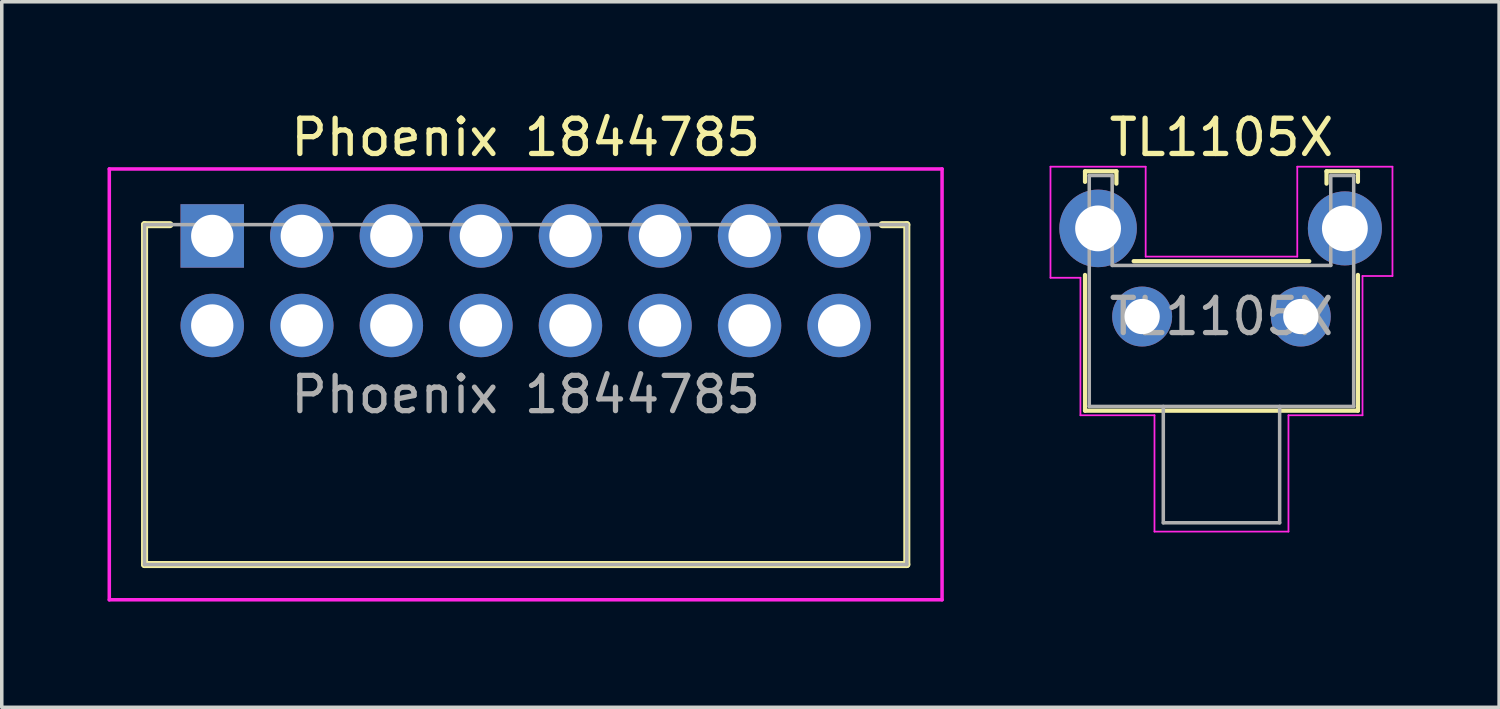
<source format=kicad_pcb>
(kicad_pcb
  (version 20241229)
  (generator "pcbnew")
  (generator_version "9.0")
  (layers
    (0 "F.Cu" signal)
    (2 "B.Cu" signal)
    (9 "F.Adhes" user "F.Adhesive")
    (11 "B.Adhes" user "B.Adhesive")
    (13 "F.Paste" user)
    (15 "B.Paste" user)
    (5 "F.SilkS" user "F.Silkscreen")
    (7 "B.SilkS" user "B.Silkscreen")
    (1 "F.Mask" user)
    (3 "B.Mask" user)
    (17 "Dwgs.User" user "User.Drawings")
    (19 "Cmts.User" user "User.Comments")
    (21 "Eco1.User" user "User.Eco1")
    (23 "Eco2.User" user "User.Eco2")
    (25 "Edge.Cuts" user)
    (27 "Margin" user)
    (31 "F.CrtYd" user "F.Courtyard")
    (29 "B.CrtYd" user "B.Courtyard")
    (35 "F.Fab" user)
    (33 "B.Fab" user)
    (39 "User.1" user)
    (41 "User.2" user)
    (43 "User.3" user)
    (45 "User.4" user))
  (footprint "TL1105X"
    (layer "F.Cu")
    (at 29.345 5.928)
    (property "Reference" "TL1105X" (at 2.25 -5.08 0) (unlocked yes) (layer "F.SilkS") (effects (font (size 1 1) (thickness 0.15))))
    (attr through_hole)
    (fp_line (start -1.62 -4.12) (end -0.73 -4.12) (stroke (width 0.12) (type solid)) (layer "F.SilkS"))
    (fp_line (start -1.62 -3.82) (end -1.62 -4.12) (stroke (width 0.12) (type solid)) (layer "F.SilkS"))
    (fp_line (start -1.62 -1.18) (end -1.62 2.67) (stroke (width 0.12) (type solid)) (layer "F.SilkS"))
    (fp_line (start -1.62 2.67) (end 6.12 2.67) (stroke (width 0.12) (type solid)) (layer "F.SilkS"))
    (fp_line (start -0.73 -4.12) (end -0.73 -3.77) (stroke (width 0.12) (type solid)) (layer "F.SilkS"))
    (fp_line (start 4.74 -1.57) (end -0.24 -1.57) (stroke (width 0.12) (type solid)) (layer "F.SilkS"))
    (fp_line (start 5.23 -4.12) (end 5.23 -3.77) (stroke (width 0.12) (type solid)) (layer "F.SilkS"))
    (fp_line (start 5.23 -4.12) (end 6.12 -4.12) (stroke (width 0.12) (type solid)) (layer "F.SilkS"))
    (fp_line (start 6.12 -3.82) (end 6.12 -4.12) (stroke (width 0.12) (type solid)) (layer "F.SilkS"))
    (fp_line (start 6.12 2.67) (end 6.12 -1.18) (stroke (width 0.12) (type solid)) (layer "F.SilkS"))
    (fp_line (start -2.6 -4.25) (end -2.6 -1.1) (stroke (width 0.05) (type solid)) (layer "F.CrtYd"))
    (fp_line (start -2.6 -1.1) (end -1.75 -1.1) (stroke (width 0.05) (type solid)) (layer "F.CrtYd"))
    (fp_line (start -1.75 -1.1) (end -1.75 2.8) (stroke (width 0.05) (type solid)) (layer "F.CrtYd"))
    (fp_line (start -1.75 2.8) (end 0.35 2.8) (stroke (width 0.05) (type solid)) (layer "F.CrtYd"))
    (fp_line (start 0.1 -4.25) (end -2.6 -4.25) (stroke (width 0.05) (type solid)) (layer "F.CrtYd"))
    (fp_line (start 0.1 -1.7) (end 0.1 -4.25) (stroke (width 0.05) (type solid)) (layer "F.CrtYd"))
    (fp_line (start 0.35 2.8) (end 0.35 6.1) (stroke (width 0.05) (type solid)) (layer "F.CrtYd"))
    (fp_line (start 0.35 6.1) (end 4.15 6.1) (stroke (width 0.05) (type solid)) (layer "F.CrtYd"))
    (fp_line (start 4.15 2.8) (end 6.25 2.8) (stroke (width 0.05) (type solid)) (layer "F.CrtYd"))
    (fp_line (start 4.15 6.1) (end 4.15 2.8) (stroke (width 0.05) (type solid)) (layer "F.CrtYd"))
    (fp_line (start 4.4 -4.25) (end 4.4 -1.7) (stroke (width 0.05) (type solid)) (layer "F.CrtYd"))
    (fp_line (start 4.4 -4.25) (end 7.1 -4.25) (stroke (width 0.05) (type solid)) (layer "F.CrtYd"))
    (fp_line (start 4.4 -1.7) (end 0.1 -1.7) (stroke (width 0.05) (type solid)) (layer "F.CrtYd"))
    (fp_line (start 6.25 -1.15) (end 6.25 2.8) (stroke (width 0.05) (type solid)) (layer "F.CrtYd"))
    (fp_line (start 7.1 -4.25) (end 7.1 -1.15) (stroke (width 0.05) (type solid)) (layer "F.CrtYd"))
    (fp_line (start 7.1 -1.15) (end 6.25 -1.15) (stroke (width 0.05) (type solid)) (layer "F.CrtYd"))
    (fp_line (start -1.5 -4) (end -0.85 -4) (stroke (width 0.1) (type solid)) (layer "F.Fab"))
    (fp_line (start -1.5 2.55) (end -1.5 -4) (stroke (width 0.1) (type solid)) (layer "F.Fab"))
    (fp_line (start -1.5 2.55) (end 6 2.55) (stroke (width 0.1) (type solid)) (layer "F.Fab"))
    (fp_line (start -0.85 -1.45) (end -0.85 -4) (stroke (width 0.1) (type solid)) (layer "F.Fab"))
    (fp_line (start -0.85 -1.45) (end 5.35 -1.45) (stroke (width 0.1) (type solid)) (layer "F.Fab"))
    (fp_line (start 0.6 2.55) (end 0.6 5.85) (stroke (width 0.1) (type solid)) (layer "F.Fab"))
    (fp_line (start 3.9 2.55) (end 3.9 5.85) (stroke (width 0.1) (type solid)) (layer "F.Fab"))
    (fp_line (start 3.9 5.85) (end 0.6 5.85) (stroke (width 0.1) (type solid)) (layer "F.Fab"))
    (fp_line (start 5.35 -4) (end 6 -4) (stroke (width 0.1) (type solid)) (layer "F.Fab"))
    (fp_line (start 5.35 -1.45) (end 5.35 -4) (stroke (width 0.1) (type solid)) (layer "F.Fab"))
    (fp_line (start 6 -4) (end 6 2.55) (stroke (width 0.1) (type solid)) (layer "F.Fab"))
    (fp_text user "${REFERENCE}" (at 2.25 0 0) (unlocked yes) (layer "F.Fab") (effects (font (size 1 1) (thickness 0.15))))
    (pad "" thru_hole circle (at -1.25 -2.5) (size 2.2 2.2) (drill 1.3) (layers "*.Cu" "*.Mask"))
    (pad "" thru_hole circle (at 5.75 -2.5 180) (size 2.1 2.1) (drill 1.3) (layers "*.Cu" "*.Mask"))
    (pad "1" thru_hole circle (at 0 0) (size 1.7 1.7) (drill 1) (layers "*.Cu" "*.Mask"))
    (pad "2" thru_hole circle (at 4.5 0) (size 1.7 1.7) (drill 1) (layers "*.Cu" "*.Mask")))
  (footprint "Phoenix 1844785"
    (layer "F.Cu")
    (at 2.97 3.642)
    (property "Reference" "Phoenix 1844785" (at 8.89 -2.794 0) (unlocked yes) (layer "F.SilkS") (effects (font (size 1 1) (thickness 0.15))))
    (attr through_hole)
    (fp_line (start -1.92 -0.32) (end -1.92 9.32) (stroke (width 0.2) (type solid)) (layer "F.SilkS"))
    (fp_line (start -1.92 9.32) (end 19.7 9.32) (stroke (width 0.2) (type solid)) (layer "F.SilkS"))
    (fp_line (start -1.2 -0.32) (end -1.92 -0.32) (stroke (width 0.2) (type solid)) (layer "F.SilkS"))
    (fp_line (start 19.7 -0.32) (end 19 -0.32) (stroke (width 0.2) (type solid)) (layer "F.SilkS"))
    (fp_line (start 19.7 9.32) (end 19.7 -0.32) (stroke (width 0.2) (type solid)) (layer "F.SilkS"))
    (fp_line (start -2.92 -1.9) (end 20.7 -1.9) (stroke (width 0.1) (type solid)) (layer "F.CrtYd"))
    (fp_line (start -2.92 10.32) (end -2.92 -1.9) (stroke (width 0.1) (type solid)) (layer "F.CrtYd"))
    (fp_line (start 20.7 -1.9) (end 20.7 10.32) (stroke (width 0.1) (type solid)) (layer "F.CrtYd"))
    (fp_line (start 20.7 10.32) (end -2.92 10.32) (stroke (width 0.1) (type solid)) (layer "F.CrtYd"))
    (fp_line (start -1.92 -0.32) (end 19.7 -0.32) (stroke (width 0.1) (type solid)) (layer "F.Fab"))
    (fp_line (start -1.92 9.32) (end -1.92 -0.32) (stroke (width 0.1) (type solid)) (layer "F.Fab"))
    (fp_line (start 19.7 -0.32) (end 19.7 9.32) (stroke (width 0.1) (type solid)) (layer "F.Fab"))
    (fp_line (start 19.7 9.32) (end -1.92 9.32) (stroke (width 0.1) (type solid)) (layer "F.Fab"))
    (fp_text user "${REFERENCE}" (at 8.89 4.5 0) (unlocked yes) (layer "F.Fab") (effects (font (size 1 1) (thickness 0.15))))
    (pad "1" thru_hole rect (at 0 0) (size 1.8 1.8) (drill 1.2) (layers "*.Cu" "*.Mask"))
    (pad "2" thru_hole circle (at 0 2.54) (size 1.8 1.8) (drill 1.2) (layers "*.Cu" "*.Mask"))
    (pad "3" thru_hole circle (at 2.54 0) (size 1.8 1.8) (drill 1.2) (layers "*.Cu" "*.Mask"))
    (pad "4" thru_hole circle (at 2.54 2.54) (size 1.8 1.8) (drill 1.2) (layers "*.Cu" "*.Mask"))
    (pad "5" thru_hole circle (at 5.08 0) (size 1.8 1.8) (drill 1.2) (layers "*.Cu" "*.Mask"))
    (pad "6" thru_hole circle (at 5.08 2.54) (size 1.8 1.8) (drill 1.2) (layers "*.Cu" "*.Mask"))
    (pad "7" thru_hole circle (at 7.62 0) (size 1.8 1.8) (drill 1.2) (layers "*.Cu" "*.Mask"))
    (pad "8" thru_hole circle (at 7.62 2.54) (size 1.8 1.8) (drill 1.2) (layers "*.Cu" "*.Mask"))
    (pad "9" thru_hole circle (at 10.16 0) (size 1.8 1.8) (drill 1.2) (layers "*.Cu" "*.Mask"))
    (pad "10" thru_hole circle (at 10.16 2.54) (size 1.8 1.8) (drill 1.2) (layers "*.Cu" "*.Mask"))
    (pad "11" thru_hole circle (at 12.7 0) (size 1.8 1.8) (drill 1.2) (layers "*.Cu" "*.Mask"))
    (pad "12" thru_hole circle (at 12.7 2.54) (size 1.8 1.8) (drill 1.2) (layers "*.Cu" "*.Mask"))
    (pad "13" thru_hole circle (at 15.24 0) (size 1.8 1.8) (drill 1.2) (layers "*.Cu" "*.Mask"))
    (pad "14" thru_hole circle (at 15.24 2.54) (size 1.8 1.8) (drill 1.2) (layers "*.Cu" "*.Mask"))
    (pad "15" thru_hole circle (at 17.78 0) (size 1.8 1.8) (drill 1.2) (layers "*.Cu" "*.Mask"))
    (pad "16" thru_hole circle (at 17.78 2.54) (size 1.8 1.8) (drill 1.2) (layers "*.Cu" "*.Mask")))
  (gr_rect
    (start -3 -3)
    (end 39.47 17.012)
    (stroke (width 0.1) (type default))
    (fill no)
    (layer "Edge.Cuts")))
</source>
